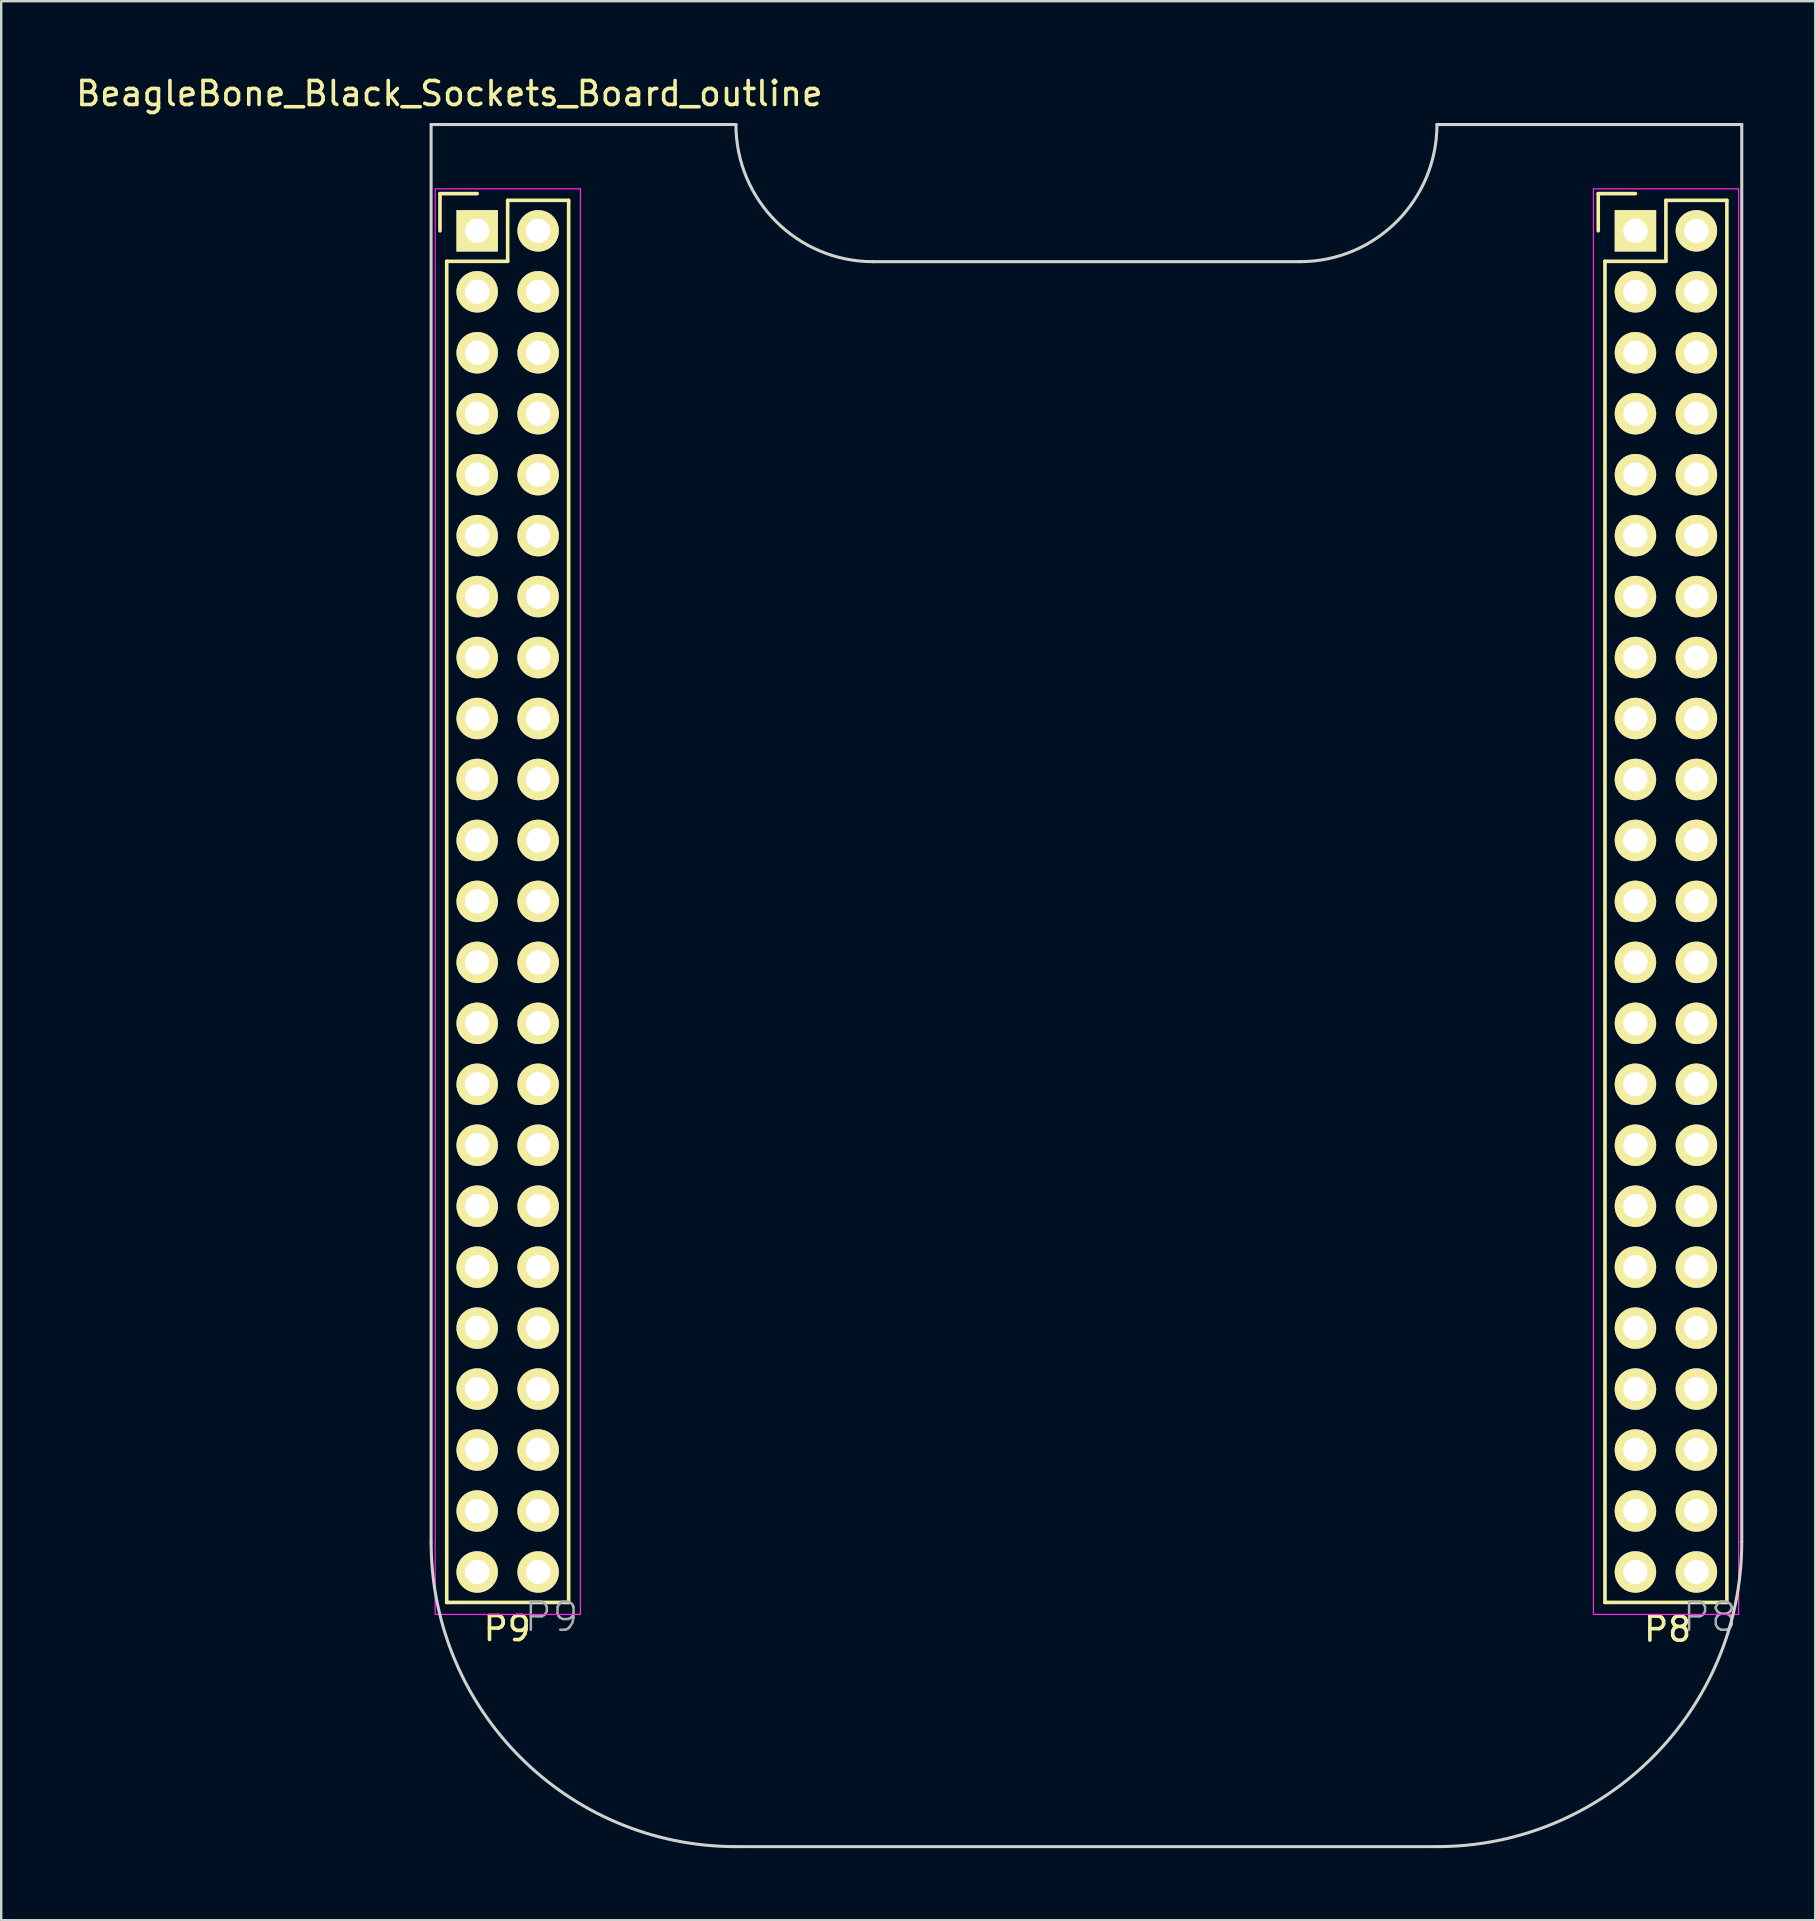
<source format=kicad_pcb>
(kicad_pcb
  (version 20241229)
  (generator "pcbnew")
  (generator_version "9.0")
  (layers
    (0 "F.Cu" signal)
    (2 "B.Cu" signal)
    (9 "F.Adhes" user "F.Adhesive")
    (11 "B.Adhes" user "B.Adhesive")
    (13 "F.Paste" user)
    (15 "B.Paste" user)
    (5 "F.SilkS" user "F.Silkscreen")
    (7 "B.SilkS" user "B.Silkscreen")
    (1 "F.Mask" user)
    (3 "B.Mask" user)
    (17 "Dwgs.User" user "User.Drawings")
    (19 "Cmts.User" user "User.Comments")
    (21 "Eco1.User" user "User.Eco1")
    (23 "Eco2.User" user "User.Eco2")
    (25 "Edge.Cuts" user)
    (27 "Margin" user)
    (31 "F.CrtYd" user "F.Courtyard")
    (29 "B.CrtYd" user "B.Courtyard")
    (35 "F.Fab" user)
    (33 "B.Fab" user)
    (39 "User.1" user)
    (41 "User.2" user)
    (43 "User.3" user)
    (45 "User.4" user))
  (footprint "BeagleBone_Black_Sockets_Board_outline"
    (layer "F.Cu")
    (at 39.733 32.858)
    (property "Reference" "BeagleBone_Black_Sockets_Board_outline" (at -24.06 -32.01 0) (layer "F.SilkS") (effects (font (size 1 1) (thickness 0.15))))
    (attr through_hole)
    (fp_line (start -24.45 -27.84) (end -24.45 -26.29) (stroke (width 0.15) (type solid)) (layer "F.SilkS"))
    (fp_line (start -24.17 30.86) (end -24.17 -25.02) (stroke (width 0.15) (type solid)) (layer "F.SilkS"))
    (fp_line (start -22.9 -27.84) (end -24.45 -27.84) (stroke (width 0.15) (type solid)) (layer "F.SilkS"))
    (fp_line (start -21.63 -27.56) (end -21.63 -25.02) (stroke (width 0.15) (type solid)) (layer "F.SilkS"))
    (fp_line (start -21.63 -25.02) (end -24.17 -25.02) (stroke (width 0.15) (type solid)) (layer "F.SilkS"))
    (fp_line (start -19.09 -27.56) (end -21.63 -27.56) (stroke (width 0.15) (type solid)) (layer "F.SilkS"))
    (fp_line (start -19.09 30.86) (end -24.17 30.86) (stroke (width 0.15) (type solid)) (layer "F.SilkS"))
    (fp_line (start -19.09 30.86) (end -19.09 -27.56) (stroke (width 0.15) (type solid)) (layer "F.SilkS"))
    (fp_line (start 23.81 -27.84) (end 23.81 -26.29) (stroke (width 0.15) (type solid)) (layer "F.SilkS"))
    (fp_line (start 24.09 30.86) (end 24.09 -25.02) (stroke (width 0.15) (type solid)) (layer "F.SilkS"))
    (fp_line (start 25.36 -27.84) (end 23.81 -27.84) (stroke (width 0.15) (type solid)) (layer "F.SilkS"))
    (fp_line (start 26.63 -27.56) (end 26.63 -25.02) (stroke (width 0.15) (type solid)) (layer "F.SilkS"))
    (fp_line (start 26.63 -25.02) (end 24.09 -25.02) (stroke (width 0.15) (type solid)) (layer "F.SilkS"))
    (fp_line (start 29.17 -27.56) (end 26.63 -27.56) (stroke (width 0.15) (type solid)) (layer "F.SilkS"))
    (fp_line (start 29.17 30.86) (end 24.09 30.86) (stroke (width 0.15) (type solid)) (layer "F.SilkS"))
    (fp_line (start 29.17 30.86) (end 29.17 -27.56) (stroke (width 0.15) (type solid)) (layer "F.SilkS"))
    (fp_line (start -24.82 28.335) (end -24.82 -30.72) (stroke (width 0.127) (type solid)) (layer "Edge.Cuts"))
    (fp_line (start -12.12 -30.72) (end -24.82 -30.72) (stroke (width 0.127) (type solid)) (layer "Edge.Cuts"))
    (fp_line (start 11.375 -25.005) (end -6.405 -25.005) (stroke (width 0.127) (type solid)) (layer "Edge.Cuts"))
    (fp_line (start 17.09 41.035) (end -12.12 41.035) (stroke (width 0.127) (type solid)) (layer "Edge.Cuts"))
    (fp_line (start 29.79 -30.72) (end 17.09 -30.72) (stroke (width 0.127) (type solid)) (layer "Edge.Cuts"))
    (fp_line (start 29.79 28.335) (end 29.79 -30.72) (stroke (width 0.127) (type solid)) (layer "Edge.Cuts"))
    (fp_arc (start -12.12 41.035) (mid -21.100256 37.315256) (end -24.82 28.335) (stroke (width 0.127) (type solid)) (layer "Edge.Cuts"))
    (fp_arc (start -6.405 -25.005) (mid -10.446115 -26.678885) (end -12.12 -30.72) (stroke (width 0.127) (type solid)) (layer "Edge.Cuts"))
    (fp_arc (start 17.09 -30.72) (mid 15.416115 -26.678885) (end 11.375 -25.005) (stroke (width 0.127) (type solid)) (layer "Edge.Cuts"))
    (fp_arc (start 29.79 28.335) (mid 26.070256 37.315256) (end 17.09 41.035) (stroke (width 0.127) (type solid)) (layer "Edge.Cuts"))
    (fp_line (start -24.65 -28.04) (end -24.65 31.36) (stroke (width 0.05) (type solid)) (layer "F.CrtYd"))
    (fp_line (start -24.65 -28.04) (end -18.6 -28.04) (stroke (width 0.05) (type solid)) (layer "F.CrtYd"))
    (fp_line (start -24.65 31.36) (end -18.6 31.36) (stroke (width 0.05) (type solid)) (layer "F.CrtYd"))
    (fp_line (start -18.6 -28.04) (end -18.6 31.36) (stroke (width 0.05) (type solid)) (layer "F.CrtYd"))
    (fp_line (start 23.61 -28.04) (end 23.61 31.36) (stroke (width 0.05) (type solid)) (layer "F.CrtYd"))
    (fp_line (start 23.61 -28.04) (end 29.66 -28.04) (stroke (width 0.05) (type solid)) (layer "F.CrtYd"))
    (fp_line (start 23.61 31.36) (end 29.66 31.36) (stroke (width 0.05) (type solid)) (layer "F.CrtYd"))
    (fp_line (start 29.66 -28.04) (end 29.66 31.36) (stroke (width 0.05) (type solid)) (layer "F.CrtYd"))
    (fp_text user "P9" (at -21.65 31.95 0) (unlocked yes) (layer "F.SilkS") (effects (font (size 1 1) (thickness 0.15))))
    (fp_text user "P8" (at 26.7 31.975 0) (unlocked yes) (layer "F.SilkS") (effects (font (size 1 1) (thickness 0.15))))
    (fp_text user "P8" (at 27.25 32.145 180) (layer "F.Fab") (effects (font (size 1.168 1.168) (thickness 0.102)) (justify left bottom)))
    (fp_text user "P9" (at -21.01 32.145 180) (layer "F.Fab") (effects (font (size 1.168 1.168) (thickness 0.102)) (justify left bottom)))
    (pad "P8.01" thru_hole rect (at 25.36 -26.29) (size 1.727 1.727) (drill 1.016) (layers "*.Cu" "*.Mask" "F.SilkS"))
    (pad "P8.02" thru_hole oval (at 27.9 -26.29) (size 1.727 1.727) (drill 1.016) (layers "*.Cu" "*.Mask" "F.SilkS"))
    (pad "P8.03" thru_hole oval (at 25.36 -23.75) (size 1.727 1.727) (drill 1.016) (layers "*.Cu" "*.Mask" "F.SilkS"))
    (pad "P8.04" thru_hole oval (at 27.9 -23.75) (size 1.727 1.727) (drill 1.016) (layers "*.Cu" "*.Mask" "F.SilkS"))
    (pad "P8.05" thru_hole oval (at 25.36 -21.21) (size 1.727 1.727) (drill 1.016) (layers "*.Cu" "*.Mask" "F.SilkS"))
    (pad "P8.06" thru_hole oval (at 27.9 -21.21) (size 1.727 1.727) (drill 1.016) (layers "*.Cu" "*.Mask" "F.SilkS"))
    (pad "P8.07" thru_hole oval (at 25.36 -18.67) (size 1.727 1.727) (drill 1.016) (layers "*.Cu" "*.Mask" "F.SilkS"))
    (pad "P8.08" thru_hole oval (at 27.9 -18.67) (size 1.727 1.727) (drill 1.016) (layers "*.Cu" "*.Mask" "F.SilkS"))
    (pad "P8.09" thru_hole oval (at 25.36 -16.13) (size 1.727 1.727) (drill 1.016) (layers "*.Cu" "*.Mask" "F.SilkS"))
    (pad "P8.10" thru_hole oval (at 27.9 -16.13) (size 1.727 1.727) (drill 1.016) (layers "*.Cu" "*.Mask" "F.SilkS"))
    (pad "P8.11" thru_hole oval (at 25.36 -13.59) (size 1.727 1.727) (drill 1.016) (layers "*.Cu" "*.Mask" "F.SilkS"))
    (pad "P8.12" thru_hole oval (at 27.9 -13.59) (size 1.727 1.727) (drill 1.016) (layers "*.Cu" "*.Mask" "F.SilkS"))
    (pad "P8.13" thru_hole oval (at 25.36 -11.05) (size 1.727 1.727) (drill 1.016) (layers "*.Cu" "*.Mask" "F.SilkS"))
    (pad "P8.14" thru_hole oval (at 27.9 -11.05) (size 1.727 1.727) (drill 1.016) (layers "*.Cu" "*.Mask" "F.SilkS"))
    (pad "P8.15" thru_hole oval (at 25.36 -8.51) (size 1.727 1.727) (drill 1.016) (layers "*.Cu" "*.Mask" "F.SilkS"))
    (pad "P8.16" thru_hole oval (at 27.9 -8.51) (size 1.727 1.727) (drill 1.016) (layers "*.Cu" "*.Mask" "F.SilkS"))
    (pad "P8.17" thru_hole oval (at 25.36 -5.97) (size 1.727 1.727) (drill 1.016) (layers "*.Cu" "*.Mask" "F.SilkS"))
    (pad "P8.18" thru_hole oval (at 27.9 -5.97) (size 1.727 1.727) (drill 1.016) (layers "*.Cu" "*.Mask" "F.SilkS"))
    (pad "P8.19" thru_hole oval (at 25.36 -3.43) (size 1.727 1.727) (drill 1.016) (layers "*.Cu" "*.Mask" "F.SilkS"))
    (pad "P8.20" thru_hole oval (at 27.9 -3.43) (size 1.727 1.727) (drill 1.016) (layers "*.Cu" "*.Mask" "F.SilkS"))
    (pad "P8.21" thru_hole oval (at 25.36 -0.89) (size 1.727 1.727) (drill 1.016) (layers "*.Cu" "*.Mask" "F.SilkS"))
    (pad "P8.22" thru_hole oval (at 27.9 -0.89) (size 1.727 1.727) (drill 1.016) (layers "*.Cu" "*.Mask" "F.SilkS"))
    (pad "P8.23" thru_hole oval (at 25.36 1.65) (size 1.727 1.727) (drill 1.016) (layers "*.Cu" "*.Mask" "F.SilkS"))
    (pad "P8.24" thru_hole oval (at 27.9 1.65) (size 1.727 1.727) (drill 1.016) (layers "*.Cu" "*.Mask" "F.SilkS"))
    (pad "P8.25" thru_hole oval (at 25.36 4.19) (size 1.727 1.727) (drill 1.016) (layers "*.Cu" "*.Mask" "F.SilkS"))
    (pad "P8.26" thru_hole oval (at 27.9 4.19) (size 1.727 1.727) (drill 1.016) (layers "*.Cu" "*.Mask" "F.SilkS"))
    (pad "P8.27" thru_hole oval (at 25.36 6.73) (size 1.727 1.727) (drill 1.016) (layers "*.Cu" "*.Mask" "F.SilkS"))
    (pad "P8.28" thru_hole oval (at 27.9 6.73) (size 1.727 1.727) (drill 1.016) (layers "*.Cu" "*.Mask" "F.SilkS"))
    (pad "P8.29" thru_hole oval (at 25.36 9.27) (size 1.727 1.727) (drill 1.016) (layers "*.Cu" "*.Mask" "F.SilkS"))
    (pad "P8.30" thru_hole oval (at 27.9 9.27) (size 1.727 1.727) (drill 1.016) (layers "*.Cu" "*.Mask" "F.SilkS"))
    (pad "P8.31" thru_hole oval (at 25.36 11.81) (size 1.727 1.727) (drill 1.016) (layers "*.Cu" "*.Mask" "F.SilkS"))
    (pad "P8.32" thru_hole oval (at 27.9 11.81) (size 1.727 1.727) (drill 1.016) (layers "*.Cu" "*.Mask" "F.SilkS"))
    (pad "P8.33" thru_hole oval (at 25.36 14.35) (size 1.727 1.727) (drill 1.016) (layers "*.Cu" "*.Mask" "F.SilkS"))
    (pad "P8.34" thru_hole oval (at 27.9 14.35) (size 1.727 1.727) (drill 1.016) (layers "*.Cu" "*.Mask" "F.SilkS"))
    (pad "P8.35" thru_hole oval (at 25.36 16.89) (size 1.727 1.727) (drill 1.016) (layers "*.Cu" "*.Mask" "F.SilkS"))
    (pad "P8.36" thru_hole oval (at 27.9 16.89) (size 1.727 1.727) (drill 1.016) (layers "*.Cu" "*.Mask" "F.SilkS"))
    (pad "P8.37" thru_hole oval (at 25.36 19.43) (size 1.727 1.727) (drill 1.016) (layers "*.Cu" "*.Mask" "F.SilkS"))
    (pad "P8.38" thru_hole oval (at 27.9 19.43) (size 1.727 1.727) (drill 1.016) (layers "*.Cu" "*.Mask" "F.SilkS"))
    (pad "P8.39" thru_hole oval (at 25.36 21.97) (size 1.727 1.727) (drill 1.016) (layers "*.Cu" "*.Mask" "F.SilkS"))
    (pad "P8.40" thru_hole oval (at 27.9 21.97) (size 1.727 1.727) (drill 1.016) (layers "*.Cu" "*.Mask" "F.SilkS"))
    (pad "P8.41" thru_hole oval (at 25.36 24.51) (size 1.727 1.727) (drill 1.016) (layers "*.Cu" "*.Mask" "F.SilkS"))
    (pad "P8.42" thru_hole oval (at 27.9 24.51) (size 1.727 1.727) (drill 1.016) (layers "*.Cu" "*.Mask" "F.SilkS"))
    (pad "P8.43" thru_hole oval (at 25.36 27.05) (size 1.727 1.727) (drill 1.016) (layers "*.Cu" "*.Mask" "F.SilkS"))
    (pad "P8.44" thru_hole oval (at 27.9 27.05) (size 1.727 1.727) (drill 1.016) (layers "*.Cu" "*.Mask" "F.SilkS"))
    (pad "P8.45" thru_hole oval (at 25.36 29.59) (size 1.727 1.727) (drill 1.016) (layers "*.Cu" "*.Mask" "F.SilkS"))
    (pad "P8.46" thru_hole oval (at 27.9 29.59) (size 1.727 1.727) (drill 1.016) (layers "*.Cu" "*.Mask" "F.SilkS"))
    (pad "P9.01" thru_hole rect (at -22.9 -26.29) (size 1.727 1.727) (drill 1.016) (layers "*.Cu" "*.Mask" "F.SilkS"))
    (pad "P9.02" thru_hole oval (at -20.36 -26.29) (size 1.727 1.727) (drill 1.016) (layers "*.Cu" "*.Mask" "F.SilkS"))
    (pad "P9.03" thru_hole oval (at -22.9 -23.75) (size 1.727 1.727) (drill 1.016) (layers "*.Cu" "*.Mask" "F.SilkS"))
    (pad "P9.04" thru_hole oval (at -20.36 -23.75) (size 1.727 1.727) (drill 1.016) (layers "*.Cu" "*.Mask" "F.SilkS"))
    (pad "P9.05" thru_hole oval (at -22.9 -21.21) (size 1.727 1.727) (drill 1.016) (layers "*.Cu" "*.Mask" "F.SilkS"))
    (pad "P9.06" thru_hole oval (at -20.36 -21.21) (size 1.727 1.727) (drill 1.016) (layers "*.Cu" "*.Mask" "F.SilkS"))
    (pad "P9.07" thru_hole oval (at -22.9 -18.67) (size 1.727 1.727) (drill 1.016) (layers "*.Cu" "*.Mask" "F.SilkS"))
    (pad "P9.08" thru_hole oval (at -20.36 -18.67) (size 1.727 1.727) (drill 1.016) (layers "*.Cu" "*.Mask" "F.SilkS"))
    (pad "P9.09" thru_hole oval (at -22.9 -16.13) (size 1.727 1.727) (drill 1.016) (layers "*.Cu" "*.Mask" "F.SilkS"))
    (pad "P9.10" thru_hole oval (at -20.36 -16.13) (size 1.727 1.727) (drill 1.016) (layers "*.Cu" "*.Mask" "F.SilkS"))
    (pad "P9.11" thru_hole oval (at -22.9 -13.59) (size 1.727 1.727) (drill 1.016) (layers "*.Cu" "*.Mask" "F.SilkS"))
    (pad "P9.12" thru_hole oval (at -20.36 -13.59) (size 1.727 1.727) (drill 1.016) (layers "*.Cu" "*.Mask" "F.SilkS"))
    (pad "P9.13" thru_hole oval (at -22.9 -11.05) (size 1.727 1.727) (drill 1.016) (layers "*.Cu" "*.Mask" "F.SilkS"))
    (pad "P9.14" thru_hole oval (at -20.36 -11.05) (size 1.727 1.727) (drill 1.016) (layers "*.Cu" "*.Mask" "F.SilkS"))
    (pad "P9.15" thru_hole oval (at -22.9 -8.51) (size 1.727 1.727) (drill 1.016) (layers "*.Cu" "*.Mask" "F.SilkS"))
    (pad "P9.16" thru_hole oval (at -20.36 -8.51) (size 1.727 1.727) (drill 1.016) (layers "*.Cu" "*.Mask" "F.SilkS"))
    (pad "P9.17" thru_hole oval (at -22.9 -5.97) (size 1.727 1.727) (drill 1.016) (layers "*.Cu" "*.Mask" "F.SilkS"))
    (pad "P9.18" thru_hole oval (at -20.36 -5.97) (size 1.727 1.727) (drill 1.016) (layers "*.Cu" "*.Mask" "F.SilkS"))
    (pad "P9.19" thru_hole oval (at -22.9 -3.43) (size 1.727 1.727) (drill 1.016) (layers "*.Cu" "*.Mask" "F.SilkS"))
    (pad "P9.20" thru_hole oval (at -20.36 -3.43) (size 1.727 1.727) (drill 1.016) (layers "*.Cu" "*.Mask" "F.SilkS"))
    (pad "P9.21" thru_hole oval (at -22.9 -0.89) (size 1.727 1.727) (drill 1.016) (layers "*.Cu" "*.Mask" "F.SilkS"))
    (pad "P9.22" thru_hole oval (at -20.36 -0.89) (size 1.727 1.727) (drill 1.016) (layers "*.Cu" "*.Mask" "F.SilkS"))
    (pad "P9.23" thru_hole oval (at -22.9 1.65) (size 1.727 1.727) (drill 1.016) (layers "*.Cu" "*.Mask" "F.SilkS"))
    (pad "P9.24" thru_hole oval (at -20.36 1.65) (size 1.727 1.727) (drill 1.016) (layers "*.Cu" "*.Mask" "F.SilkS"))
    (pad "P9.25" thru_hole oval (at -22.9 4.19) (size 1.727 1.727) (drill 1.016) (layers "*.Cu" "*.Mask" "F.SilkS"))
    (pad "P9.26" thru_hole oval (at -20.36 4.19) (size 1.727 1.727) (drill 1.016) (layers "*.Cu" "*.Mask" "F.SilkS"))
    (pad "P9.27" thru_hole oval (at -22.9 6.73) (size 1.727 1.727) (drill 1.016) (layers "*.Cu" "*.Mask" "F.SilkS"))
    (pad "P9.28" thru_hole oval (at -20.36 6.73) (size 1.727 1.727) (drill 1.016) (layers "*.Cu" "*.Mask" "F.SilkS"))
    (pad "P9.29" thru_hole oval (at -22.9 9.27) (size 1.727 1.727) (drill 1.016) (layers "*.Cu" "*.Mask" "F.SilkS"))
    (pad "P9.30" thru_hole oval (at -20.36 9.27) (size 1.727 1.727) (drill 1.016) (layers "*.Cu" "*.Mask" "F.SilkS"))
    (pad "P9.31" thru_hole oval (at -22.9 11.81) (size 1.727 1.727) (drill 1.016) (layers "*.Cu" "*.Mask" "F.SilkS"))
    (pad "P9.32" thru_hole oval (at -20.36 11.81) (size 1.727 1.727) (drill 1.016) (layers "*.Cu" "*.Mask" "F.SilkS"))
    (pad "P9.33" thru_hole oval (at -22.9 14.35) (size 1.727 1.727) (drill 1.016) (layers "*.Cu" "*.Mask" "F.SilkS"))
    (pad "P9.34" thru_hole oval (at -20.36 14.35) (size 1.727 1.727) (drill 1.016) (layers "*.Cu" "*.Mask" "F.SilkS"))
    (pad "P9.35" thru_hole oval (at -22.9 16.89) (size 1.727 1.727) (drill 1.016) (layers "*.Cu" "*.Mask" "F.SilkS"))
    (pad "P9.36" thru_hole oval (at -20.36 16.89) (size 1.727 1.727) (drill 1.016) (layers "*.Cu" "*.Mask" "F.SilkS"))
    (pad "P9.37" thru_hole oval (at -22.9 19.43) (size 1.727 1.727) (drill 1.016) (layers "*.Cu" "*.Mask" "F.SilkS"))
    (pad "P9.38" thru_hole oval (at -20.36 19.43) (size 1.727 1.727) (drill 1.016) (layers "*.Cu" "*.Mask" "F.SilkS"))
    (pad "P9.39" thru_hole oval (at -22.9 21.97) (size 1.727 1.727) (drill 1.016) (layers "*.Cu" "*.Mask" "F.SilkS"))
    (pad "P9.40" thru_hole oval (at -20.36 21.97) (size 1.727 1.727) (drill 1.016) (layers "*.Cu" "*.Mask" "F.SilkS"))
    (pad "P9.41" thru_hole oval (at -22.9 24.51) (size 1.727 1.727) (drill 1.016) (layers "*.Cu" "*.Mask" "F.SilkS"))
    (pad "P9.42" thru_hole oval (at -20.36 24.51) (size 1.727 1.727) (drill 1.016) (layers "*.Cu" "*.Mask" "F.SilkS"))
    (pad "P9.43" thru_hole oval (at -22.9 27.05) (size 1.727 1.727) (drill 1.016) (layers "*.Cu" "*.Mask" "F.SilkS"))
    (pad "P9.44" thru_hole oval (at -20.36 27.05) (size 1.727 1.727) (drill 1.016) (layers "*.Cu" "*.Mask" "F.SilkS"))
    (pad "P9.45" thru_hole oval (at -22.9 29.59) (size 1.727 1.727) (drill 1.016) (layers "*.Cu" "*.Mask" "F.SilkS"))
    (pad "P9.46" thru_hole oval (at -20.36 29.59) (size 1.727 1.727) (drill 1.016) (layers "*.Cu" "*.Mask" "F.SilkS")))
  (gr_rect
    (start -3 -3)
    (end 72.586 76.957)
    (stroke (width 0.1) (type default))
    (fill no)
    (layer "Edge.Cuts")))
</source>
